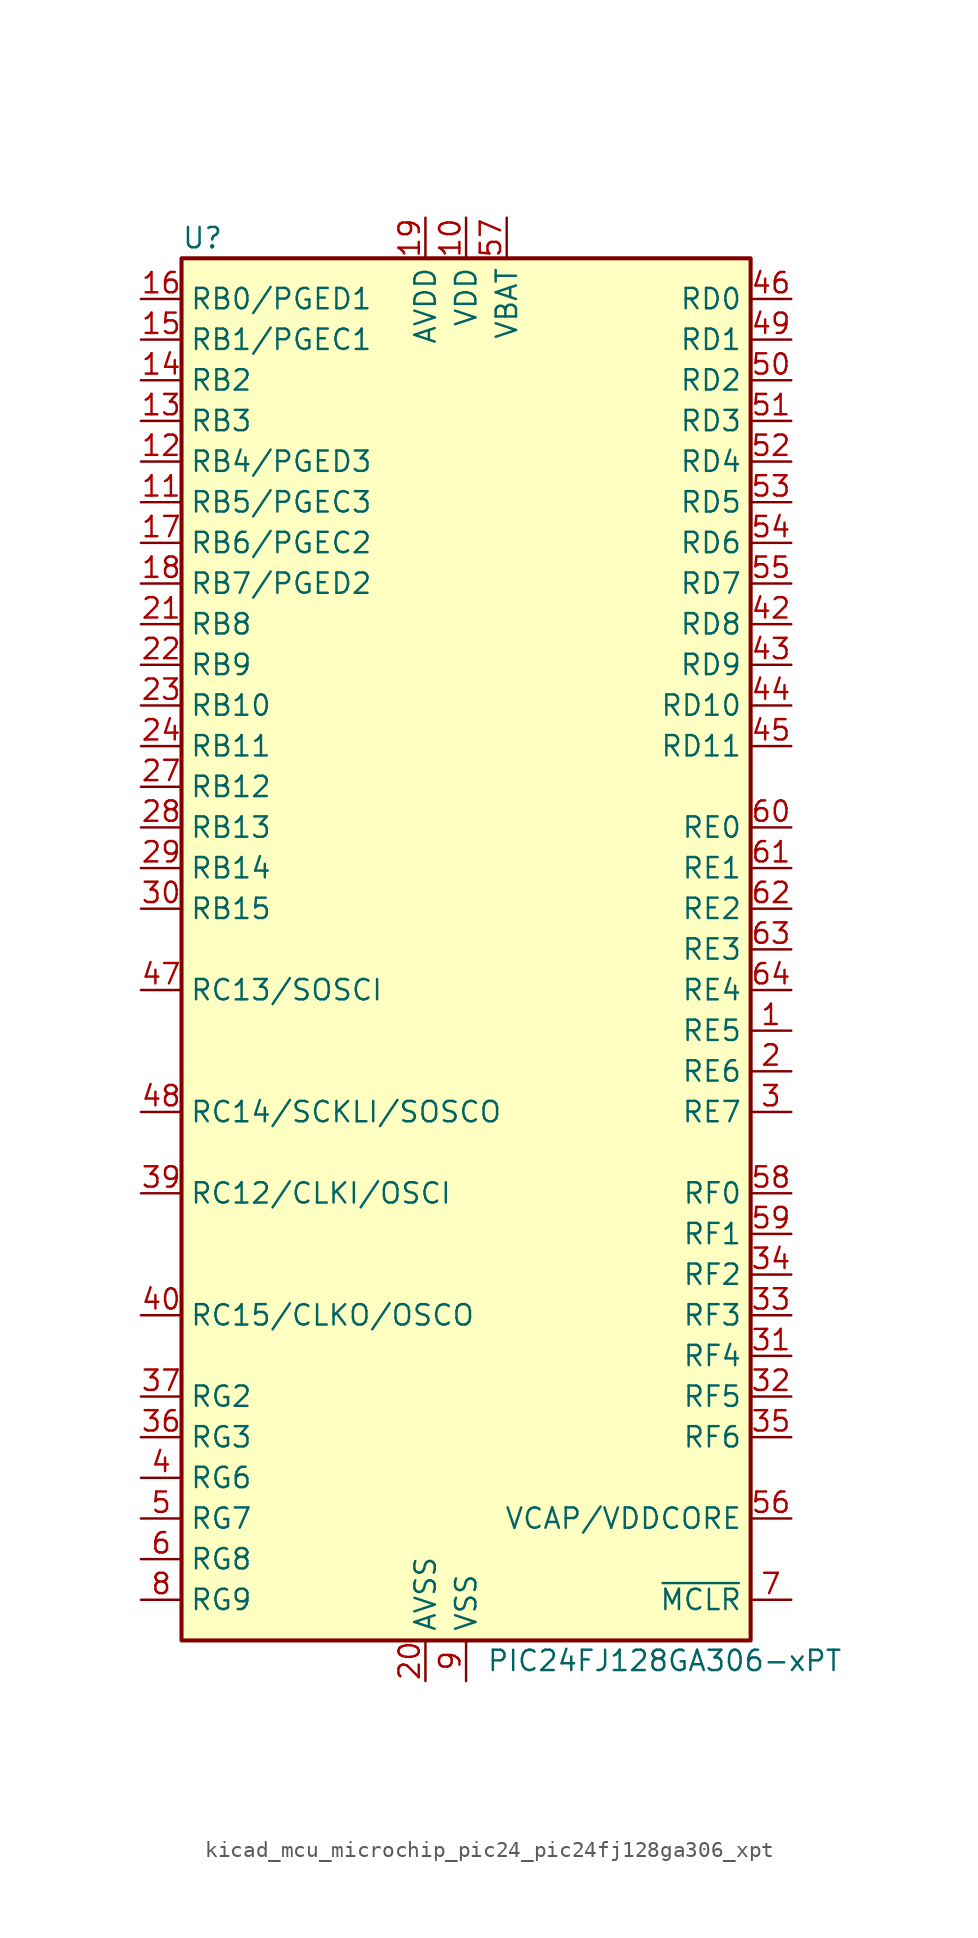
<source format=kicad_sym>
(kicad_symbol_lib
  (version 20220914)
  (generator kicad_symbol_editor)
  (symbol "kicad_mcu_microchip_pic24_pic24fj128ga306_xpt"
    (property "Reference" "U"
      (at -17.78 44.45 0)
      (effects (font (size 1.27 1.27)) (justify left)))
    (property "Value" "PIC24FJ128GA306-xPT"
      (at 1.27 -44.45 0)
      (effects (font (size 1.27 1.27)) (justify left)))
    (symbol "kicad_mcu_microchip_pic24_pic24fj128ga306_xpt_1_1"
      (rectangle (start -17.78 43.18) (end 17.78 -43.18) (stroke (width 0.254) (type default)) (fill (type background)))
      (pin bidirectional line (at 20.32 -5.08 180) (length 2.54) (name "RE5" (effects (font (size 1.27 1.27)))) (number "1" (effects (font (size 1.27 1.27)))) (alternate "CN63" bidirectional line) (alternate "CTED4" bidirectional line) (alternate "LCDBIAS2" bidirectional line) (alternate "PMD5" bidirectional line))
      (pin power_in line (at 0 45.72 270) (length 2.54) (name "VDD" (effects (font (size 1.27 1.27)))) (number "10" (effects (font (size 1.27 1.27)))))
      (pin bidirectional line (at -20.32 27.94 0) (length 2.54) (name "RB5/PGEC3" (effects (font (size 1.27 1.27)))) (number "11" (effects (font (size 1.27 1.27)))) (alternate "AN5" bidirectional line) (alternate "C1INA" bidirectional line) (alternate "CN7" bidirectional line) (alternate "RP18" bidirectional line) (alternate "SEG2" bidirectional line))
      (pin bidirectional line (at -20.32 30.48 0) (length 2.54) (name "RB4/PGED3" (effects (font (size 1.27 1.27)))) (number "12" (effects (font (size 1.27 1.27)))) (alternate "AN4" bidirectional line) (alternate "C1INB" bidirectional line) (alternate "CN6" bidirectional line) (alternate "RP28" bidirectional line) (alternate "SEG3" bidirectional line))
      (pin bidirectional line (at -20.32 33.02 0) (length 2.54) (name "RB3" (effects (font (size 1.27 1.27)))) (number "13" (effects (font (size 1.27 1.27)))) (alternate "AN3" bidirectional line) (alternate "C2INA" bidirectional line) (alternate "CN5" bidirectional line) (alternate "SEG4" bidirectional line))
      (pin bidirectional line (at -20.32 35.56 0) (length 2.54) (name "RB2" (effects (font (size 1.27 1.27)))) (number "14" (effects (font (size 1.27 1.27)))) (alternate "AN2" bidirectional line) (alternate "C2INB" bidirectional line) (alternate "CN4" bidirectional line) (alternate "CTCMP" bidirectional line) (alternate "CTED13" bidirectional line) (alternate "RP13" bidirectional line) (alternate "SEG5" bidirectional line))
      (pin bidirectional line (at -20.32 38.1 0) (length 2.54) (name "RB1/PGEC1" (effects (font (size 1.27 1.27)))) (number "15" (effects (font (size 1.27 1.27)))) (alternate "AN1" bidirectional line) (alternate "CN3" bidirectional line) (alternate "CTED12" bidirectional line) (alternate "CVREF-" bidirectional line) (alternate "RP1" bidirectional line) (alternate "SEG6" bidirectional line))
      (pin bidirectional line (at -20.32 40.64 0) (length 2.54) (name "RB0/PGED1" (effects (font (size 1.27 1.27)))) (number "16" (effects (font (size 1.27 1.27)))) (alternate "AN0" bidirectional line) (alternate "CN2" bidirectional line) (alternate "CVREF+" bidirectional line) (alternate "PMA6" bidirectional line) (alternate "RP0" bidirectional line) (alternate "SEG7" bidirectional line))
      (pin bidirectional line (at -20.32 25.4 0) (length 2.54) (name "RB6/PGEC2" (effects (font (size 1.27 1.27)))) (number "17" (effects (font (size 1.27 1.27)))) (alternate "AN6" bidirectional line) (alternate "CN24" bidirectional line) (alternate "LCDBIAS3" bidirectional line) (alternate "RP6" bidirectional line))
      (pin bidirectional line (at -20.32 22.86 0) (length 2.54) (name "RB7/PGED2" (effects (font (size 1.27 1.27)))) (number "18" (effects (font (size 1.27 1.27)))) (alternate "AN7" bidirectional line) (alternate "CN25" bidirectional line) (alternate "RP7" bidirectional line))
      (pin power_in line (at -2.54 45.72 270) (length 2.54) (name "AVDD" (effects (font (size 1.27 1.27)))) (number "19" (effects (font (size 1.27 1.27)))))
      (pin bidirectional line (at 20.32 -7.62 180) (length 2.54) (name "RE6" (effects (font (size 1.27 1.27)))) (number "2" (effects (font (size 1.27 1.27)))) (alternate "CN64" bidirectional line) (alternate "LCDBIAS1" bidirectional line) (alternate "PMD6" bidirectional line))
      (pin power_in line (at -2.54 -45.72 90) (length 2.54) (name "AVSS" (effects (font (size 1.27 1.27)))) (number "20" (effects (font (size 1.27 1.27)))))
      (pin bidirectional line (at -20.32 20.32 0) (length 2.54) (name "RB8" (effects (font (size 1.27 1.27)))) (number "21" (effects (font (size 1.27 1.27)))) (alternate "AN8" bidirectional line) (alternate "CN26" bidirectional line) (alternate "COM7" bidirectional line) (alternate "RP8" bidirectional line) (alternate "SEG31" bidirectional line))
      (pin bidirectional line (at -20.32 17.78 0) (length 2.54) (name "RB9" (effects (font (size 1.27 1.27)))) (number "22" (effects (font (size 1.27 1.27)))) (alternate "AN9" bidirectional line) (alternate "CN27" bidirectional line) (alternate "COM6" bidirectional line) (alternate "PMA7" bidirectional line) (alternate "RP9" bidirectional line) (alternate "SEG30" bidirectional line))
      (pin bidirectional line (at -20.32 15.24 0) (length 2.54) (name "RB10" (effects (font (size 1.27 1.27)))) (number "23" (effects (font (size 1.27 1.27)))) (alternate "AN10" bidirectional line) (alternate "CN28" bidirectional line) (alternate "COM5" bidirectional line) (alternate "CVREF" bidirectional line) (alternate "PMA13" bidirectional line) (alternate "SEG29" bidirectional line) (alternate "TMS" bidirectional line))
      (pin bidirectional line (at -20.32 12.7 0) (length 2.54) (name "RB11" (effects (font (size 1.27 1.27)))) (number "24" (effects (font (size 1.27 1.27)))) (alternate "AN11" bidirectional line) (alternate "CN29" bidirectional line) (alternate "PMA12" bidirectional line) (alternate "TDO" bidirectional line))
      (pin passive line (at 0 -45.72 90) (length 2.54) hide (name "VSS" (effects (font (size 1.27 1.27)))) (number "25" (effects (font (size 1.27 1.27)))))
      (pin passive line (at 0 45.72 270) (length 2.54) hide (name "VDD" (effects (font (size 1.27 1.27)))) (number "26" (effects (font (size 1.27 1.27)))))
      (pin bidirectional line (at -20.32 10.16 0) (length 2.54) (name "RB12" (effects (font (size 1.27 1.27)))) (number "27" (effects (font (size 1.27 1.27)))) (alternate "AN12" bidirectional line) (alternate "CN30" bidirectional line) (alternate "CTED2" bidirectional line) (alternate "PMA11" bidirectional line) (alternate "SEG18" bidirectional line) (alternate "TCK" bidirectional line))
      (pin bidirectional line (at -20.32 7.62 0) (length 2.54) (name "RB13" (effects (font (size 1.27 1.27)))) (number "28" (effects (font (size 1.27 1.27)))) (alternate "AN13" bidirectional line) (alternate "CN31" bidirectional line) (alternate "CTED1" bidirectional line) (alternate "PMA10" bidirectional line) (alternate "SEG19" bidirectional line) (alternate "TDI" bidirectional line))
      (pin bidirectional line (at -20.32 5.08 0) (length 2.54) (name "RB14" (effects (font (size 1.27 1.27)))) (number "29" (effects (font (size 1.27 1.27)))) (alternate "AN14" bidirectional line) (alternate "CN32" bidirectional line) (alternate "CTED5" bidirectional line) (alternate "CTPLS" bidirectional line) (alternate "PMA1" bidirectional line) (alternate "RP14" bidirectional line) (alternate "SEG8" bidirectional line))
      (pin bidirectional line (at 20.32 -10.16 180) (length 2.54) (name "RE7" (effects (font (size 1.27 1.27)))) (number "3" (effects (font (size 1.27 1.27)))) (alternate "CN65" bidirectional line) (alternate "LCDBIAS0" bidirectional line) (alternate "PMD7" bidirectional line))
      (pin bidirectional line (at -20.32 2.54 0) (length 2.54) (name "RB15" (effects (font (size 1.27 1.27)))) (number "30" (effects (font (size 1.27 1.27)))) (alternate "AN15" bidirectional line) (alternate "CN12" bidirectional line) (alternate "CTED6" bidirectional line) (alternate "PMA0" bidirectional line) (alternate "REFO" bidirectional line) (alternate "RP29" bidirectional line) (alternate "SEG9" bidirectional line))
      (pin bidirectional line (at 20.32 -25.4 180) (length 2.54) (name "RF4" (effects (font (size 1.27 1.27)))) (number "31" (effects (font (size 1.27 1.27)))) (alternate "CN17" bidirectional line) (alternate "PMA9" bidirectional line) (alternate "RP10" bidirectional line) (alternate "SDA2" bidirectional line) (alternate "SEG10" bidirectional line))
      (pin bidirectional line (at 20.32 -27.94 180) (length 2.54) (name "RF5" (effects (font (size 1.27 1.27)))) (number "32" (effects (font (size 1.27 1.27)))) (alternate "CN18" bidirectional line) (alternate "PMA8" bidirectional line) (alternate "RP17" bidirectional line) (alternate "SCL2" bidirectional line) (alternate "SEG11" bidirectional line))
      (pin bidirectional line (at 20.32 -22.86 180) (length 2.54) (name "RF3" (effects (font (size 1.27 1.27)))) (number "33" (effects (font (size 1.27 1.27)))) (alternate "CN71" bidirectional line) (alternate "RP16" bidirectional line) (alternate "SEG12" bidirectional line))
      (pin bidirectional line (at 20.32 -20.32 180) (length 2.54) (name "RF2" (effects (font (size 1.27 1.27)))) (number "34" (effects (font (size 1.27 1.27)))) (alternate "CN70" bidirectional line) (alternate "RP30" bidirectional line))
      (pin bidirectional line (at 20.32 -30.48 180) (length 2.54) (name "RF6" (effects (font (size 1.27 1.27)))) (number "35" (effects (font (size 1.27 1.27)))) (alternate "CN84" bidirectional line) (alternate "INT0" bidirectional line))
      (pin bidirectional line (at -20.32 -30.48 0) (length 2.54) (name "RG3" (effects (font (size 1.27 1.27)))) (number "36" (effects (font (size 1.27 1.27)))) (alternate "CN73" bidirectional line) (alternate "SDA1" bidirectional line) (alternate "SEG47" bidirectional line))
      (pin bidirectional line (at -20.32 -27.94 0) (length 2.54) (name "RG2" (effects (font (size 1.27 1.27)))) (number "37" (effects (font (size 1.27 1.27)))) (alternate "CN72" bidirectional line) (alternate "SCL1" bidirectional line) (alternate "SEG28" bidirectional line))
      (pin passive line (at 0 45.72 270) (length 2.54) hide (name "VDD" (effects (font (size 1.27 1.27)))) (number "38" (effects (font (size 1.27 1.27)))))
      (pin bidirectional line (at -20.32 -15.24 0) (length 2.54) (name "RC12/CLKI/OSCI" (effects (font (size 1.27 1.27)))) (number "39" (effects (font (size 1.27 1.27)))) (alternate "CN23" bidirectional line))
      (pin bidirectional line (at -20.32 -33.02 0) (length 2.54) (name "RG6" (effects (font (size 1.27 1.27)))) (number "4" (effects (font (size 1.27 1.27)))) (alternate "C1IND" bidirectional line) (alternate "CN8" bidirectional line) (alternate "PMA5" bidirectional line) (alternate "RP21" bidirectional line) (alternate "SEG0" bidirectional line))
      (pin bidirectional line (at -20.32 -22.86 0) (length 2.54) (name "RC15/CLKO/OSCO" (effects (font (size 1.27 1.27)))) (number "40" (effects (font (size 1.27 1.27)))) (alternate "CN22" bidirectional line))
      (pin passive line (at 0 -45.72 90) (length 2.54) hide (name "VSS" (effects (font (size 1.27 1.27)))) (number "41" (effects (font (size 1.27 1.27)))))
      (pin bidirectional line (at 20.32 20.32 180) (length 2.54) (name "RD8" (effects (font (size 1.27 1.27)))) (number "42" (effects (font (size 1.27 1.27)))) (alternate "CN53" bidirectional line) (alternate "RP2" bidirectional line) (alternate "RTCC" bidirectional line) (alternate "SEG13" bidirectional line))
      (pin bidirectional line (at 20.32 17.78 180) (length 2.54) (name "RD9" (effects (font (size 1.27 1.27)))) (number "43" (effects (font (size 1.27 1.27)))) (alternate "CN54" bidirectional line) (alternate "PMACK2" bidirectional line) (alternate "RP4" bidirectional line) (alternate "SEG14" bidirectional line))
      (pin bidirectional line (at 20.32 15.24 180) (length 2.54) (name "RD10" (effects (font (size 1.27 1.27)))) (number "44" (effects (font (size 1.27 1.27)))) (alternate "C3IND" bidirectional line) (alternate "CN55" bidirectional line) (alternate "CS2" bidirectional line) (alternate "PMA15" bidirectional line) (alternate "RP3" bidirectional line) (alternate "SEG15" bidirectional line))
      (pin bidirectional line (at 20.32 12.7 180) (length 2.54) (name "RD11" (effects (font (size 1.27 1.27)))) (number "45" (effects (font (size 1.27 1.27)))) (alternate "C3INC" bidirectional line) (alternate "CN56" bidirectional line) (alternate "CS1" bidirectional line) (alternate "PMA14" bidirectional line) (alternate "RP12" bidirectional line) (alternate "SEG16" bidirectional line))
      (pin bidirectional line (at 20.32 40.64 180) (length 2.54) (name "RD0" (effects (font (size 1.27 1.27)))) (number "46" (effects (font (size 1.27 1.27)))) (alternate "CN49" bidirectional line) (alternate "RP11" bidirectional line) (alternate "SEG17" bidirectional line))
      (pin bidirectional line (at -20.32 -2.54 0) (length 2.54) (name "RC13/SOSCI" (effects (font (size 1.27 1.27)))) (number "47" (effects (font (size 1.27 1.27)))))
      (pin bidirectional line (at -20.32 -10.16 0) (length 2.54) (name "RC14/SCKLI/SOSCO" (effects (font (size 1.27 1.27)))) (number "48" (effects (font (size 1.27 1.27)))) (alternate "RPI37" bidirectional line))
      (pin bidirectional line (at 20.32 38.1 180) (length 2.54) (name "RD1" (effects (font (size 1.27 1.27)))) (number "49" (effects (font (size 1.27 1.27)))) (alternate "CN50" bidirectional line) (alternate "RP24" bidirectional line) (alternate "SEG20" bidirectional line))
      (pin bidirectional line (at -20.32 -35.56 0) (length 2.54) (name "RG7" (effects (font (size 1.27 1.27)))) (number "5" (effects (font (size 1.27 1.27)))) (alternate "C1INC" bidirectional line) (alternate "CN9" bidirectional line) (alternate "PMA4" bidirectional line) (alternate "RP26" bidirectional line) (alternate "VLCAP1" bidirectional line))
      (pin bidirectional line (at 20.32 35.56 180) (length 2.54) (name "RD2" (effects (font (size 1.27 1.27)))) (number "50" (effects (font (size 1.27 1.27)))) (alternate "CN51" bidirectional line) (alternate "PMACK1" bidirectional line) (alternate "RP23" bidirectional line) (alternate "SEG21" bidirectional line))
      (pin bidirectional line (at 20.32 33.02 180) (length 2.54) (name "RD3" (effects (font (size 1.27 1.27)))) (number "51" (effects (font (size 1.27 1.27)))) (alternate "CN52" bidirectional line) (alternate "PMBE0" bidirectional line) (alternate "RP22" bidirectional line) (alternate "SEG22" bidirectional line))
      (pin bidirectional line (at 20.32 30.48 180) (length 2.54) (name "RD4" (effects (font (size 1.27 1.27)))) (number "52" (effects (font (size 1.27 1.27)))) (alternate "CN13" bidirectional line) (alternate "PMWR" bidirectional line) (alternate "RP25" bidirectional line) (alternate "SEG23" bidirectional line))
      (pin bidirectional line (at 20.32 27.94 180) (length 2.54) (name "RD5" (effects (font (size 1.27 1.27)))) (number "53" (effects (font (size 1.27 1.27)))) (alternate "CN14" bidirectional line) (alternate "PMRD" bidirectional line) (alternate "RP20" bidirectional line) (alternate "SEG24" bidirectional line))
      (pin bidirectional line (at 20.32 25.4 180) (length 2.54) (name "RD6" (effects (font (size 1.27 1.27)))) (number "54" (effects (font (size 1.27 1.27)))) (alternate "C3INB" bidirectional line) (alternate "CN15" bidirectional line) (alternate "SEG25" bidirectional line))
      (pin bidirectional line (at 20.32 22.86 180) (length 2.54) (name "RD7" (effects (font (size 1.27 1.27)))) (number "55" (effects (font (size 1.27 1.27)))) (alternate "C3INA" bidirectional line) (alternate "CN16" bidirectional line) (alternate "SEG26" bidirectional line))
      (pin passive line (at 20.32 -35.56 180) (length 2.54) (name "VCAP/VDDCORE" (effects (font (size 1.27 1.27)))) (number "56" (effects (font (size 1.27 1.27)))))
      (pin power_in line (at 2.54 45.72 270) (length 2.54) (name "VBAT" (effects (font (size 1.27 1.27)))) (number "57" (effects (font (size 1.27 1.27)))))
      (pin bidirectional line (at 20.32 -15.24 180) (length 2.54) (name "RF0" (effects (font (size 1.27 1.27)))) (number "58" (effects (font (size 1.27 1.27)))) (alternate "CN68" bidirectional line) (alternate "SEG27" bidirectional line))
      (pin bidirectional line (at 20.32 -17.78 180) (length 2.54) (name "RF1" (effects (font (size 1.27 1.27)))) (number "59" (effects (font (size 1.27 1.27)))) (alternate "CN69" bidirectional line) (alternate "COM4" bidirectional line) (alternate "SEG48" bidirectional line))
      (pin bidirectional line (at -20.32 -38.1 0) (length 2.54) (name "RG8" (effects (font (size 1.27 1.27)))) (number "6" (effects (font (size 1.27 1.27)))) (alternate "C2IND" bidirectional line) (alternate "CN10" bidirectional line) (alternate "PMA3" bidirectional line) (alternate "RP19" bidirectional line) (alternate "VLCAP2" bidirectional line))
      (pin bidirectional line (at 20.32 7.62 180) (length 2.54) (name "RE0" (effects (font (size 1.27 1.27)))) (number "60" (effects (font (size 1.27 1.27)))) (alternate "CN58" bidirectional line) (alternate "COM3" bidirectional line) (alternate "PMD0" bidirectional line))
      (pin bidirectional line (at 20.32 5.08 180) (length 2.54) (name "RE1" (effects (font (size 1.27 1.27)))) (number "61" (effects (font (size 1.27 1.27)))) (alternate "CN59" bidirectional line) (alternate "COM2" bidirectional line) (alternate "PMD1" bidirectional line))
      (pin bidirectional line (at 20.32 2.54 180) (length 2.54) (name "RE2" (effects (font (size 1.27 1.27)))) (number "62" (effects (font (size 1.27 1.27)))) (alternate "CN60" bidirectional line) (alternate "COM1" bidirectional line) (alternate "PMD2" bidirectional line))
      (pin bidirectional line (at 20.32 0 180) (length 2.54) (name "RE3" (effects (font (size 1.27 1.27)))) (number "63" (effects (font (size 1.27 1.27)))) (alternate "CN61" bidirectional line) (alternate "COM0" bidirectional line) (alternate "CTED9" bidirectional line) (alternate "PMD3" bidirectional line))
      (pin bidirectional line (at 20.32 -2.54 180) (length 2.54) (name "RE4" (effects (font (size 1.27 1.27)))) (number "64" (effects (font (size 1.27 1.27)))) (alternate "CN62" bidirectional line) (alternate "CTED8" bidirectional line) (alternate "HLVDIN" bidirectional line) (alternate "PMD4" bidirectional line))
      (pin input line (at 20.32 -40.64 180) (length 2.54) (name "~{MCLR}" (effects (font (size 1.27 1.27)))) (number "7" (effects (font (size 1.27 1.27)))))
      (pin bidirectional line (at -20.32 -40.64 0) (length 2.54) (name "RG9" (effects (font (size 1.27 1.27)))) (number "8" (effects (font (size 1.27 1.27)))) (alternate "C2INC" bidirectional line) (alternate "CN11" bidirectional line) (alternate "PMA2" bidirectional line) (alternate "RP27" bidirectional line) (alternate "SEG1" bidirectional line))
      (pin power_in line (at 0 -45.72 90) (length 2.54) (name "VSS" (effects (font (size 1.27 1.27)))) (number "9" (effects (font (size 1.27 1.27))))))))
</source>
